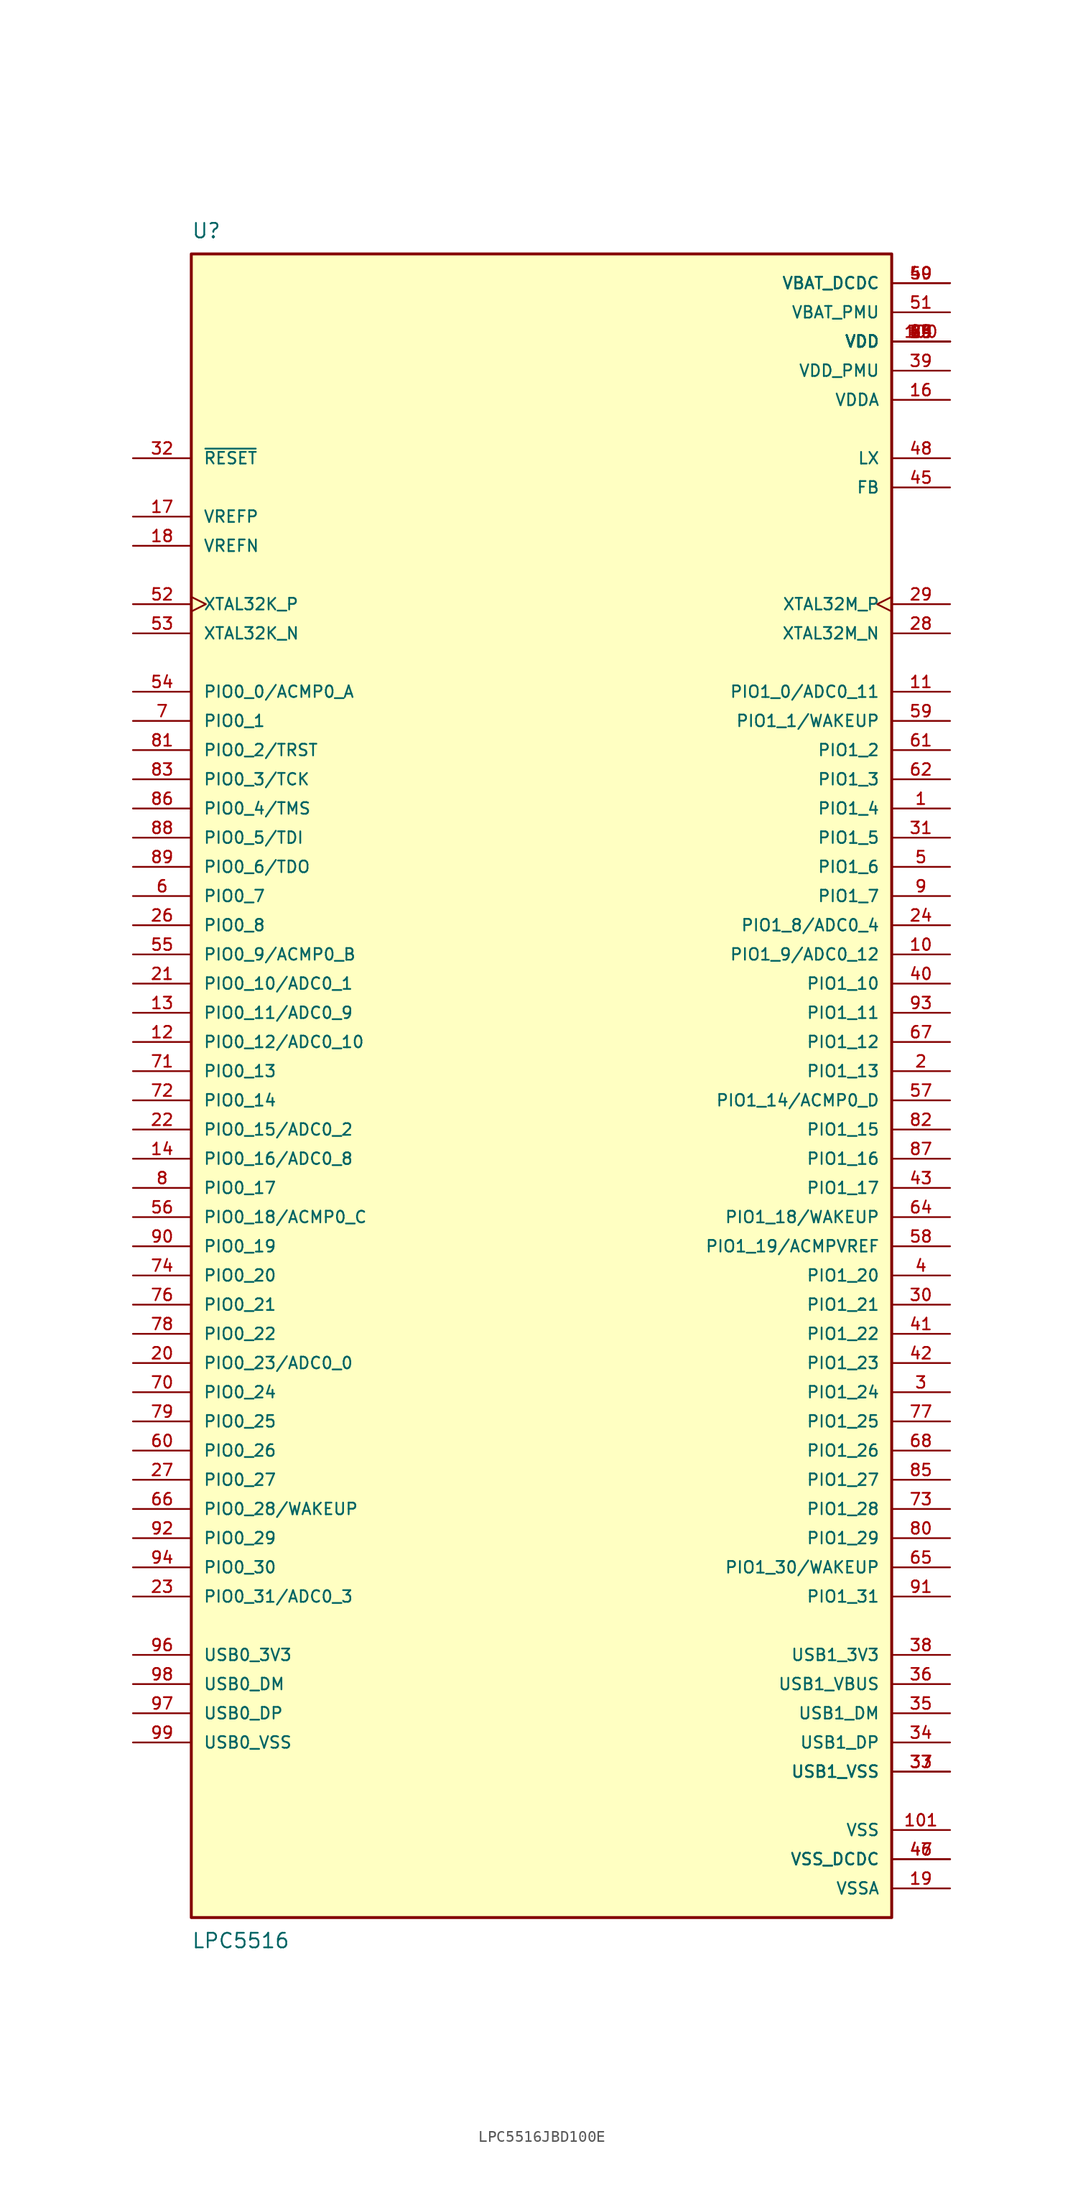
<source format=kicad_sym>
(kicad_symbol_lib
  (version 20231120)
  (generator "kicad_symbol_editor")
  (generator_version "8.0")
  (symbol "LPC5516JBD100E"
    (pin_names
      (offset 1.016))
    (property "Reference" "U"
      (at -30.48 72.39 0)
      (effects (font (size 1.27 1.27)) (justify left bottom)))
    (property "Value" "LPC5516"
      (at -30.48 -74.93 0)
      (effects (font (size 1.27 1.27)) (justify left top)))
    (symbol "LPC5516JBD100E_0_0"
      (rectangle (start -30.48 -73.66) (end 30.48 71.12) (stroke (width 0.254) (type default)) (fill (type background)))
      (pin bidirectional line (at 35.56 22.86 180) (length 5.08) (name "PIO1_4" (effects (font (size 1.016 1.016)))) (number "1" (effects (font (size 1.016 1.016)))))
      (pin bidirectional line (at 35.56 10.16 180) (length 5.08) (name "PIO1_9/ADC0_12" (effects (font (size 1.016 1.016)))) (number "10" (effects (font (size 1.016 1.016)))))
      (pin power_in line (at 35.56 63.5 180) (length 5.08) (name "VDD" (effects (font (size 1.016 1.016)))) (number "100" (effects (font (size 1.016 1.016)))))
      (pin power_in line (at 35.56 -66.04 180) (length 5.08) (name "VSS" (effects (font (size 1.016 1.016)))) (number "101" (effects (font (size 1.016 1.016)))))
      (pin bidirectional line (at 35.56 33.02 180) (length 5.08) (name "PIO1_0/ADC0_11" (effects (font (size 1.016 1.016)))) (number "11" (effects (font (size 1.016 1.016)))))
      (pin bidirectional line (at -35.56 2.54 0) (length 5.08) (name "PIO0_12/ADC0_10" (effects (font (size 1.016 1.016)))) (number "12" (effects (font (size 1.016 1.016)))))
      (pin bidirectional line (at -35.56 5.08 0) (length 5.08) (name "PIO0_11/ADC0_9" (effects (font (size 1.016 1.016)))) (number "13" (effects (font (size 1.016 1.016)))))
      (pin bidirectional line (at -35.56 -7.62 0) (length 5.08) (name "PIO0_16/ADC0_8" (effects (font (size 1.016 1.016)))) (number "14" (effects (font (size 1.016 1.016)))))
      (pin power_in line (at 35.56 63.5 180) (length 5.08) (name "VDD" (effects (font (size 1.016 1.016)))) (number "15" (effects (font (size 1.016 1.016)))))
      (pin power_in line (at 35.56 58.42 180) (length 5.08) (name "VDDA" (effects (font (size 1.016 1.016)))) (number "16" (effects (font (size 1.016 1.016)))))
      (pin input line (at -35.56 48.26 0) (length 5.08) (name "VREFP" (effects (font (size 1.016 1.016)))) (number "17" (effects (font (size 1.016 1.016)))))
      (pin input line (at -35.56 45.72 0) (length 5.08) (name "VREFN" (effects (font (size 1.016 1.016)))) (number "18" (effects (font (size 1.016 1.016)))))
      (pin power_in line (at 35.56 -71.12 180) (length 5.08) (name "VSSA" (effects (font (size 1.016 1.016)))) (number "19" (effects (font (size 1.016 1.016)))))
      (pin bidirectional line (at 35.56 0 180) (length 5.08) (name "PIO1_13" (effects (font (size 1.016 1.016)))) (number "2" (effects (font (size 1.016 1.016)))))
      (pin bidirectional line (at -35.56 -25.4 0) (length 5.08) (name "PIO0_23/ADC0_0" (effects (font (size 1.016 1.016)))) (number "20" (effects (font (size 1.016 1.016)))))
      (pin bidirectional line (at -35.56 7.62 0) (length 5.08) (name "PIO0_10/ADC0_1" (effects (font (size 1.016 1.016)))) (number "21" (effects (font (size 1.016 1.016)))))
      (pin bidirectional line (at -35.56 -5.08 0) (length 5.08) (name "PIO0_15/ADC0_2" (effects (font (size 1.016 1.016)))) (number "22" (effects (font (size 1.016 1.016)))))
      (pin bidirectional line (at -35.56 -45.72 0) (length 5.08) (name "PIO0_31/ADC0_3" (effects (font (size 1.016 1.016)))) (number "23" (effects (font (size 1.016 1.016)))))
      (pin bidirectional line (at 35.56 12.7 180) (length 5.08) (name "PIO1_8/ADC0_4" (effects (font (size 1.016 1.016)))) (number "24" (effects (font (size 1.016 1.016)))))
      (pin power_in line (at 35.56 63.5 180) (length 5.08) (name "VDD" (effects (font (size 1.016 1.016)))) (number "25" (effects (font (size 1.016 1.016)))))
      (pin bidirectional line (at -35.56 12.7 0) (length 5.08) (name "PIO0_8" (effects (font (size 1.016 1.016)))) (number "26" (effects (font (size 1.016 1.016)))))
      (pin bidirectional line (at -35.56 -35.56 0) (length 5.08) (name "PIO0_27" (effects (font (size 1.016 1.016)))) (number "27" (effects (font (size 1.016 1.016)))))
      (pin output line (at 35.56 38.1 180) (length 5.08) (name "XTAL32M_N" (effects (font (size 1.016 1.016)))) (number "28" (effects (font (size 1.016 1.016)))))
      (pin input clock (at 35.56 40.64 180) (length 5.08) (name "XTAL32M_P" (effects (font (size 1.016 1.016)))) (number "29" (effects (font (size 1.016 1.016)))))
      (pin bidirectional line (at 35.56 -27.94 180) (length 5.08) (name "PIO1_24" (effects (font (size 1.016 1.016)))) (number "3" (effects (font (size 1.016 1.016)))))
      (pin bidirectional line (at 35.56 -20.32 180) (length 5.08) (name "PIO1_21" (effects (font (size 1.016 1.016)))) (number "30" (effects (font (size 1.016 1.016)))))
      (pin bidirectional line (at 35.56 20.32 180) (length 5.08) (name "PIO1_5" (effects (font (size 1.016 1.016)))) (number "31" (effects (font (size 1.016 1.016)))))
      (pin input line (at -35.56 53.34 0) (length 5.08) (name "~{RESET}" (effects (font (size 1.016 1.016)))) (number "32" (effects (font (size 1.016 1.016)))))
      (pin power_in line (at 35.56 -60.96 180) (length 5.08) (name "USB1_VSS" (effects (font (size 1.016 1.016)))) (number "33" (effects (font (size 1.016 1.016)))))
      (pin bidirectional line (at 35.56 -58.42 180) (length 5.08) (name "USB1_DP" (effects (font (size 1.016 1.016)))) (number "34" (effects (font (size 1.016 1.016)))))
      (pin bidirectional line (at 35.56 -55.88 180) (length 5.08) (name "USB1_DM" (effects (font (size 1.016 1.016)))) (number "35" (effects (font (size 1.016 1.016)))))
      (pin input line (at 35.56 -53.34 180) (length 5.08) (name "USB1_VBUS" (effects (font (size 1.016 1.016)))) (number "36" (effects (font (size 1.016 1.016)))))
      (pin power_in line (at 35.56 -60.96 180) (length 5.08) (name "USB1_VSS" (effects (font (size 1.016 1.016)))) (number "37" (effects (font (size 1.016 1.016)))))
      (pin power_in line (at 35.56 -50.8 180) (length 5.08) (name "USB1_3V3" (effects (font (size 1.016 1.016)))) (number "38" (effects (font (size 1.016 1.016)))))
      (pin power_in line (at 35.56 60.96 180) (length 5.08) (name "VDD_PMU" (effects (font (size 1.016 1.016)))) (number "39" (effects (font (size 1.016 1.016)))))
      (pin bidirectional line (at 35.56 -17.78 180) (length 5.08) (name "PIO1_20" (effects (font (size 1.016 1.016)))) (number "4" (effects (font (size 1.016 1.016)))))
      (pin bidirectional line (at 35.56 7.62 180) (length 5.08) (name "PIO1_10" (effects (font (size 1.016 1.016)))) (number "40" (effects (font (size 1.016 1.016)))))
      (pin bidirectional line (at 35.56 -22.86 180) (length 5.08) (name "PIO1_22" (effects (font (size 1.016 1.016)))) (number "41" (effects (font (size 1.016 1.016)))))
      (pin bidirectional line (at 35.56 -25.4 180) (length 5.08) (name "PIO1_23" (effects (font (size 1.016 1.016)))) (number "42" (effects (font (size 1.016 1.016)))))
      (pin bidirectional line (at 35.56 -10.16 180) (length 5.08) (name "PIO1_17" (effects (font (size 1.016 1.016)))) (number "43" (effects (font (size 1.016 1.016)))))
      (pin power_in line (at 35.56 63.5 180) (length 5.08) (name "VDD" (effects (font (size 1.016 1.016)))) (number "44" (effects (font (size 1.016 1.016)))))
      (pin input line (at 35.56 50.8 180) (length 5.08) (name "FB" (effects (font (size 1.016 1.016)))) (number "45" (effects (font (size 1.016 1.016)))))
      (pin power_in line (at 35.56 -68.58 180) (length 5.08) (name "VSS_DCDC" (effects (font (size 1.016 1.016)))) (number "46" (effects (font (size 1.016 1.016)))))
      (pin power_in line (at 35.56 -68.58 180) (length 5.08) (name "VSS_DCDC" (effects (font (size 1.016 1.016)))) (number "47" (effects (font (size 1.016 1.016)))))
      (pin output line (at 35.56 53.34 180) (length 5.08) (name "LX" (effects (font (size 1.016 1.016)))) (number "48" (effects (font (size 1.016 1.016)))))
      (pin power_in line (at 35.56 68.58 180) (length 5.08) (name "VBAT_DCDC" (effects (font (size 1.016 1.016)))) (number "49" (effects (font (size 1.016 1.016)))))
      (pin bidirectional line (at 35.56 17.78 180) (length 5.08) (name "PIO1_6" (effects (font (size 1.016 1.016)))) (number "5" (effects (font (size 1.016 1.016)))))
      (pin power_in line (at 35.56 68.58 180) (length 5.08) (name "VBAT_DCDC" (effects (font (size 1.016 1.016)))) (number "50" (effects (font (size 1.016 1.016)))))
      (pin power_in line (at 35.56 66.04 180) (length 5.08) (name "VBAT_PMU" (effects (font (size 1.016 1.016)))) (number "51" (effects (font (size 1.016 1.016)))))
      (pin input clock (at -35.56 40.64 0) (length 5.08) (name "XTAL32K_P" (effects (font (size 1.016 1.016)))) (number "52" (effects (font (size 1.016 1.016)))))
      (pin output line (at -35.56 38.1 0) (length 5.08) (name "XTAL32K_N" (effects (font (size 1.016 1.016)))) (number "53" (effects (font (size 1.016 1.016)))))
      (pin bidirectional line (at -35.56 33.02 0) (length 5.08) (name "PIO0_0/ACMP0_A" (effects (font (size 1.016 1.016)))) (number "54" (effects (font (size 1.016 1.016)))))
      (pin bidirectional line (at -35.56 10.16 0) (length 5.08) (name "PIO0_9/ACMP0_B" (effects (font (size 1.016 1.016)))) (number "55" (effects (font (size 1.016 1.016)))))
      (pin bidirectional line (at -35.56 -12.7 0) (length 5.08) (name "PIO0_18/ACMP0_C" (effects (font (size 1.016 1.016)))) (number "56" (effects (font (size 1.016 1.016)))))
      (pin bidirectional line (at 35.56 -2.54 180) (length 5.08) (name "PIO1_14/ACMP0_D" (effects (font (size 1.016 1.016)))) (number "57" (effects (font (size 1.016 1.016)))))
      (pin bidirectional line (at 35.56 -15.24 180) (length 5.08) (name "PIO1_19/ACMPVREF" (effects (font (size 1.016 1.016)))) (number "58" (effects (font (size 1.016 1.016)))))
      (pin bidirectional line (at 35.56 30.48 180) (length 5.08) (name "PIO1_1/WAKEUP" (effects (font (size 1.016 1.016)))) (number "59" (effects (font (size 1.016 1.016)))))
      (pin bidirectional line (at -35.56 15.24 0) (length 5.08) (name "PIO0_7" (effects (font (size 1.016 1.016)))) (number "6" (effects (font (size 1.016 1.016)))))
      (pin bidirectional line (at -35.56 -33.02 0) (length 5.08) (name "PIO0_26" (effects (font (size 1.016 1.016)))) (number "60" (effects (font (size 1.016 1.016)))))
      (pin bidirectional line (at 35.56 27.94 180) (length 5.08) (name "PIO1_2" (effects (font (size 1.016 1.016)))) (number "61" (effects (font (size 1.016 1.016)))))
      (pin bidirectional line (at 35.56 25.4 180) (length 5.08) (name "PIO1_3" (effects (font (size 1.016 1.016)))) (number "62" (effects (font (size 1.016 1.016)))))
      (pin power_in line (at 35.56 63.5 180) (length 5.08) (name "VDD" (effects (font (size 1.016 1.016)))) (number "63" (effects (font (size 1.016 1.016)))))
      (pin bidirectional line (at 35.56 -12.7 180) (length 5.08) (name "PIO1_18/WAKEUP" (effects (font (size 1.016 1.016)))) (number "64" (effects (font (size 1.016 1.016)))))
      (pin bidirectional line (at 35.56 -43.18 180) (length 5.08) (name "PIO1_30/WAKEUP" (effects (font (size 1.016 1.016)))) (number "65" (effects (font (size 1.016 1.016)))))
      (pin bidirectional line (at -35.56 -38.1 0) (length 5.08) (name "PIO0_28/WAKEUP" (effects (font (size 1.016 1.016)))) (number "66" (effects (font (size 1.016 1.016)))))
      (pin bidirectional line (at 35.56 2.54 180) (length 5.08) (name "PIO1_12" (effects (font (size 1.016 1.016)))) (number "67" (effects (font (size 1.016 1.016)))))
      (pin bidirectional line (at 35.56 -33.02 180) (length 5.08) (name "PIO1_26" (effects (font (size 1.016 1.016)))) (number "68" (effects (font (size 1.016 1.016)))))
      (pin power_in line (at 35.56 63.5 180) (length 5.08) (name "VDD" (effects (font (size 1.016 1.016)))) (number "69" (effects (font (size 1.016 1.016)))))
      (pin bidirectional line (at -35.56 30.48 0) (length 5.08) (name "PIO0_1" (effects (font (size 1.016 1.016)))) (number "7" (effects (font (size 1.016 1.016)))))
      (pin bidirectional line (at -35.56 -27.94 0) (length 5.08) (name "PIO0_24" (effects (font (size 1.016 1.016)))) (number "70" (effects (font (size 1.016 1.016)))))
      (pin bidirectional line (at -35.56 0 0) (length 5.08) (name "PIO0_13" (effects (font (size 1.016 1.016)))) (number "71" (effects (font (size 1.016 1.016)))))
      (pin bidirectional line (at -35.56 -2.54 0) (length 5.08) (name "PIO0_14" (effects (font (size 1.016 1.016)))) (number "72" (effects (font (size 1.016 1.016)))))
      (pin bidirectional line (at 35.56 -38.1 180) (length 5.08) (name "PIO1_28" (effects (font (size 1.016 1.016)))) (number "73" (effects (font (size 1.016 1.016)))))
      (pin bidirectional line (at -35.56 -17.78 0) (length 5.08) (name "PIO0_20" (effects (font (size 1.016 1.016)))) (number "74" (effects (font (size 1.016 1.016)))))
      (pin power_in line (at 35.56 63.5 180) (length 5.08) (name "VDD" (effects (font (size 1.016 1.016)))) (number "75" (effects (font (size 1.016 1.016)))))
      (pin bidirectional line (at -35.56 -20.32 0) (length 5.08) (name "PIO0_21" (effects (font (size 1.016 1.016)))) (number "76" (effects (font (size 1.016 1.016)))))
      (pin bidirectional line (at 35.56 -30.48 180) (length 5.08) (name "PIO1_25" (effects (font (size 1.016 1.016)))) (number "77" (effects (font (size 1.016 1.016)))))
      (pin bidirectional line (at -35.56 -22.86 0) (length 5.08) (name "PIO0_22" (effects (font (size 1.016 1.016)))) (number "78" (effects (font (size 1.016 1.016)))))
      (pin bidirectional line (at -35.56 -30.48 0) (length 5.08) (name "PIO0_25" (effects (font (size 1.016 1.016)))) (number "79" (effects (font (size 1.016 1.016)))))
      (pin bidirectional line (at -35.56 -10.16 0) (length 5.08) (name "PIO0_17" (effects (font (size 1.016 1.016)))) (number "8" (effects (font (size 1.016 1.016)))))
      (pin bidirectional line (at 35.56 -40.64 180) (length 5.08) (name "PIO1_29" (effects (font (size 1.016 1.016)))) (number "80" (effects (font (size 1.016 1.016)))))
      (pin bidirectional line (at -35.56 27.94 0) (length 5.08) (name "PIO0_2/TRST" (effects (font (size 1.016 1.016)))) (number "81" (effects (font (size 1.016 1.016)))))
      (pin bidirectional line (at 35.56 -5.08 180) (length 5.08) (name "PIO1_15" (effects (font (size 1.016 1.016)))) (number "82" (effects (font (size 1.016 1.016)))))
      (pin bidirectional line (at -35.56 25.4 0) (length 5.08) (name "PIO0_3/TCK" (effects (font (size 1.016 1.016)))) (number "83" (effects (font (size 1.016 1.016)))))
      (pin power_in line (at 35.56 63.5 180) (length 5.08) (name "VDD" (effects (font (size 1.016 1.016)))) (number "84" (effects (font (size 1.016 1.016)))))
      (pin bidirectional line (at 35.56 -35.56 180) (length 5.08) (name "PIO1_27" (effects (font (size 1.016 1.016)))) (number "85" (effects (font (size 1.016 1.016)))))
      (pin bidirectional line (at -35.56 22.86 0) (length 5.08) (name "PIO0_4/TMS" (effects (font (size 1.016 1.016)))) (number "86" (effects (font (size 1.016 1.016)))))
      (pin bidirectional line (at 35.56 -7.62 180) (length 5.08) (name "PIO1_16" (effects (font (size 1.016 1.016)))) (number "87" (effects (font (size 1.016 1.016)))))
      (pin bidirectional line (at -35.56 20.32 0) (length 5.08) (name "PIO0_5/TDI" (effects (font (size 1.016 1.016)))) (number "88" (effects (font (size 1.016 1.016)))))
      (pin bidirectional line (at -35.56 17.78 0) (length 5.08) (name "PIO0_6/TDO" (effects (font (size 1.016 1.016)))) (number "89" (effects (font (size 1.016 1.016)))))
      (pin bidirectional line (at 35.56 15.24 180) (length 5.08) (name "PIO1_7" (effects (font (size 1.016 1.016)))) (number "9" (effects (font (size 1.016 1.016)))))
      (pin bidirectional line (at -35.56 -15.24 0) (length 5.08) (name "PIO0_19" (effects (font (size 1.016 1.016)))) (number "90" (effects (font (size 1.016 1.016)))))
      (pin bidirectional line (at 35.56 -45.72 180) (length 5.08) (name "PIO1_31" (effects (font (size 1.016 1.016)))) (number "91" (effects (font (size 1.016 1.016)))))
      (pin bidirectional line (at -35.56 -40.64 0) (length 5.08) (name "PIO0_29" (effects (font (size 1.016 1.016)))) (number "92" (effects (font (size 1.016 1.016)))))
      (pin bidirectional line (at 35.56 5.08 180) (length 5.08) (name "PIO1_11" (effects (font (size 1.016 1.016)))) (number "93" (effects (font (size 1.016 1.016)))))
      (pin bidirectional line (at -35.56 -43.18 0) (length 5.08) (name "PIO0_30" (effects (font (size 1.016 1.016)))) (number "94" (effects (font (size 1.016 1.016)))))
      (pin power_in line (at 35.56 63.5 180) (length 5.08) (name "VDD" (effects (font (size 1.016 1.016)))) (number "95" (effects (font (size 1.016 1.016)))))
      (pin power_in line (at -35.56 -50.8 0) (length 5.08) (name "USB0_3V3" (effects (font (size 1.016 1.016)))) (number "96" (effects (font (size 1.016 1.016)))))
      (pin bidirectional line (at -35.56 -55.88 0) (length 5.08) (name "USB0_DP" (effects (font (size 1.016 1.016)))) (number "97" (effects (font (size 1.016 1.016)))))
      (pin bidirectional line (at -35.56 -53.34 0) (length 5.08) (name "USB0_DM" (effects (font (size 1.016 1.016)))) (number "98" (effects (font (size 1.016 1.016)))))
      (pin power_in line (at -35.56 -58.42 0) (length 5.08) (name "USB0_VSS" (effects (font (size 1.016 1.016)))) (number "99" (effects (font (size 1.016 1.016))))))))
</source>
